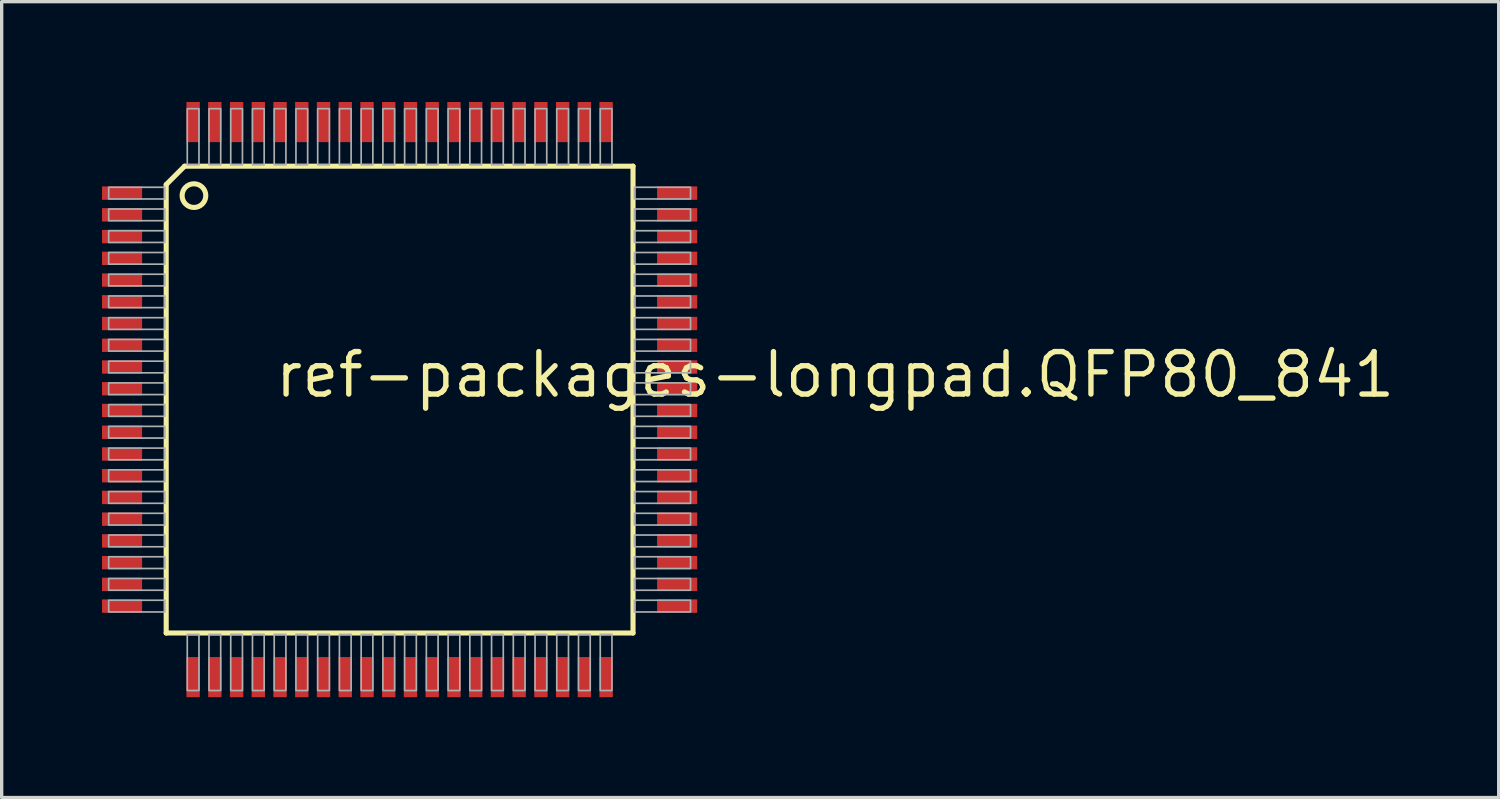
<source format=kicad_pcb>
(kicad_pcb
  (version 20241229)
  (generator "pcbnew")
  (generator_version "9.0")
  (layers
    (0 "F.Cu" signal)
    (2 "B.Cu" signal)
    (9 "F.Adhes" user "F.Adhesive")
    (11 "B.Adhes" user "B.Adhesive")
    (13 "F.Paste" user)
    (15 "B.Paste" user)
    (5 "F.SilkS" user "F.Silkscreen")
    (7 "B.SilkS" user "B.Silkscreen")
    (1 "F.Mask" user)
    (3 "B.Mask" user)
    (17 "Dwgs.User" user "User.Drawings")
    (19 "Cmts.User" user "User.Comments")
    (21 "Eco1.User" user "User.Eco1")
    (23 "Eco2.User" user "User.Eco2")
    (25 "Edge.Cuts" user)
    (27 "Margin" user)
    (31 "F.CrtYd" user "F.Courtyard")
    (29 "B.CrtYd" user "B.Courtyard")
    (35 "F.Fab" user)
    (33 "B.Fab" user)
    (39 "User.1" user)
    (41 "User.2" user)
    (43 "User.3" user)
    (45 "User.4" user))
  (footprint "ref-packages-longpad.QFP80_841"
    (layer "F.Cu")
    (at 8.9 8.9)
    (property "Reference" "ref-packages-longpad.QFP80_841" (at -3.803 -0.003 0) (layer "F.SilkS") (effects (font (size 1.27 1.27) (thickness 0.16)) (justify left bottom)))
    (attr smd)
    (fp_line (start -6.98 -6.43) (end -6.43 -6.98) (stroke (width 0.152) (type default)) (layer "F.SilkS"))
    (fp_line (start -6.98 6.98) (end -6.98 -6.43) (stroke (width 0.152) (type default)) (layer "F.SilkS"))
    (fp_line (start -6.43 -6.98) (end 6.98 -6.98) (stroke (width 0.152) (type default)) (layer "F.SilkS"))
    (fp_line (start 6.98 -6.98) (end 6.98 6.98) (stroke (width 0.152) (type default)) (layer "F.SilkS"))
    (fp_line (start 6.98 6.98) (end -6.98 6.98) (stroke (width 0.152) (type default)) (layer "F.SilkS"))
    (fp_circle (center -6.15 -6.1) (end -5.796 -6.1) (stroke (width 0.152) (type default)) (fill no) (layer "F.SilkS"))
    (fp_rect (start -8.7 -6) (end -7.02 -6.35) (stroke (width 0.05) (type default)) (fill no) (layer "F.Fab"))
    (fp_rect (start -8.7 -5.35) (end -7.02 -5.7) (stroke (width 0.05) (type default)) (fill no) (layer "F.Fab"))
    (fp_rect (start -8.7 -4.7) (end -7.02 -5.05) (stroke (width 0.05) (type default)) (fill no) (layer "F.Fab"))
    (fp_rect (start -8.7 -4.05) (end -7.02 -4.4) (stroke (width 0.05) (type default)) (fill no) (layer "F.Fab"))
    (fp_rect (start -8.7 -3.4) (end -7.02 -3.75) (stroke (width 0.05) (type default)) (fill no) (layer "F.Fab"))
    (fp_rect (start -8.7 -2.75) (end -7.02 -3.1) (stroke (width 0.05) (type default)) (fill no) (layer "F.Fab"))
    (fp_rect (start -8.7 -2.1) (end -7.02 -2.45) (stroke (width 0.05) (type default)) (fill no) (layer "F.Fab"))
    (fp_rect (start -8.7 -1.45) (end -7.02 -1.8) (stroke (width 0.05) (type default)) (fill no) (layer "F.Fab"))
    (fp_rect (start -8.7 -0.8) (end -7.02 -1.15) (stroke (width 0.05) (type default)) (fill no) (layer "F.Fab"))
    (fp_rect (start -8.7 -0.15) (end -7.02 -0.5) (stroke (width 0.05) (type default)) (fill no) (layer "F.Fab"))
    (fp_rect (start -8.7 0.5) (end -7.02 0.15) (stroke (width 0.05) (type default)) (fill no) (layer "F.Fab"))
    (fp_rect (start -8.7 1.15) (end -7.02 0.8) (stroke (width 0.05) (type default)) (fill no) (layer "F.Fab"))
    (fp_rect (start -8.7 1.8) (end -7.02 1.45) (stroke (width 0.05) (type default)) (fill no) (layer "F.Fab"))
    (fp_rect (start -8.7 2.45) (end -7.02 2.1) (stroke (width 0.05) (type default)) (fill no) (layer "F.Fab"))
    (fp_rect (start -8.7 3.1) (end -7.02 2.75) (stroke (width 0.05) (type default)) (fill no) (layer "F.Fab"))
    (fp_rect (start -8.7 3.75) (end -7.02 3.4) (stroke (width 0.05) (type default)) (fill no) (layer "F.Fab"))
    (fp_rect (start -8.7 4.4) (end -7.02 4.05) (stroke (width 0.05) (type default)) (fill no) (layer "F.Fab"))
    (fp_rect (start -8.7 5.05) (end -7.02 4.7) (stroke (width 0.05) (type default)) (fill no) (layer "F.Fab"))
    (fp_rect (start -8.7 5.7) (end -7.02 5.35) (stroke (width 0.05) (type default)) (fill no) (layer "F.Fab"))
    (fp_rect (start -8.7 6.35) (end -7.02 6) (stroke (width 0.05) (type default)) (fill no) (layer "F.Fab"))
    (fp_rect (start -6.35 -7.02) (end -6 -8.7) (stroke (width 0.05) (type default)) (fill no) (layer "F.Fab"))
    (fp_rect (start -6.35 8.7) (end -6 7.02) (stroke (width 0.05) (type default)) (fill no) (layer "F.Fab"))
    (fp_rect (start -5.7 -7.02) (end -5.35 -8.7) (stroke (width 0.05) (type default)) (fill no) (layer "F.Fab"))
    (fp_rect (start -5.7 8.7) (end -5.35 7.02) (stroke (width 0.05) (type default)) (fill no) (layer "F.Fab"))
    (fp_rect (start -5.05 -7.02) (end -4.7 -8.7) (stroke (width 0.05) (type default)) (fill no) (layer "F.Fab"))
    (fp_rect (start -5.05 8.7) (end -4.7 7.02) (stroke (width 0.05) (type default)) (fill no) (layer "F.Fab"))
    (fp_rect (start -4.4 -7.02) (end -4.05 -8.7) (stroke (width 0.05) (type default)) (fill no) (layer "F.Fab"))
    (fp_rect (start -4.4 8.7) (end -4.05 7.02) (stroke (width 0.05) (type default)) (fill no) (layer "F.Fab"))
    (fp_rect (start -3.75 -7.02) (end -3.4 -8.7) (stroke (width 0.05) (type default)) (fill no) (layer "F.Fab"))
    (fp_rect (start -3.75 8.7) (end -3.4 7.02) (stroke (width 0.05) (type default)) (fill no) (layer "F.Fab"))
    (fp_rect (start -3.1 -7.02) (end -2.75 -8.7) (stroke (width 0.05) (type default)) (fill no) (layer "F.Fab"))
    (fp_rect (start -3.1 8.7) (end -2.75 7.02) (stroke (width 0.05) (type default)) (fill no) (layer "F.Fab"))
    (fp_rect (start -2.45 -7.02) (end -2.1 -8.7) (stroke (width 0.05) (type default)) (fill no) (layer "F.Fab"))
    (fp_rect (start -2.45 8.7) (end -2.1 7.02) (stroke (width 0.05) (type default)) (fill no) (layer "F.Fab"))
    (fp_rect (start -1.8 -7.02) (end -1.45 -8.7) (stroke (width 0.05) (type default)) (fill no) (layer "F.Fab"))
    (fp_rect (start -1.8 8.7) (end -1.45 7.02) (stroke (width 0.05) (type default)) (fill no) (layer "F.Fab"))
    (fp_rect (start -1.15 -7.02) (end -0.8 -8.7) (stroke (width 0.05) (type default)) (fill no) (layer "F.Fab"))
    (fp_rect (start -1.15 8.7) (end -0.8 7.02) (stroke (width 0.05) (type default)) (fill no) (layer "F.Fab"))
    (fp_rect (start -0.5 -7.02) (end -0.15 -8.7) (stroke (width 0.05) (type default)) (fill no) (layer "F.Fab"))
    (fp_rect (start -0.5 8.7) (end -0.15 7.02) (stroke (width 0.05) (type default)) (fill no) (layer "F.Fab"))
    (fp_rect (start 0.15 -7.02) (end 0.5 -8.7) (stroke (width 0.05) (type default)) (fill no) (layer "F.Fab"))
    (fp_rect (start 0.15 8.7) (end 0.5 7.02) (stroke (width 0.05) (type default)) (fill no) (layer "F.Fab"))
    (fp_rect (start 0.8 -7.02) (end 1.15 -8.7) (stroke (width 0.05) (type default)) (fill no) (layer "F.Fab"))
    (fp_rect (start 0.8 8.7) (end 1.15 7.02) (stroke (width 0.05) (type default)) (fill no) (layer "F.Fab"))
    (fp_rect (start 1.45 -7.02) (end 1.8 -8.7) (stroke (width 0.05) (type default)) (fill no) (layer "F.Fab"))
    (fp_rect (start 1.45 8.7) (end 1.8 7.02) (stroke (width 0.05) (type default)) (fill no) (layer "F.Fab"))
    (fp_rect (start 2.1 -7.02) (end 2.45 -8.7) (stroke (width 0.05) (type default)) (fill no) (layer "F.Fab"))
    (fp_rect (start 2.1 8.7) (end 2.45 7.02) (stroke (width 0.05) (type default)) (fill no) (layer "F.Fab"))
    (fp_rect (start 2.75 -7.02) (end 3.1 -8.7) (stroke (width 0.05) (type default)) (fill no) (layer "F.Fab"))
    (fp_rect (start 2.75 8.7) (end 3.1 7.02) (stroke (width 0.05) (type default)) (fill no) (layer "F.Fab"))
    (fp_rect (start 3.4 -7.02) (end 3.75 -8.7) (stroke (width 0.05) (type default)) (fill no) (layer "F.Fab"))
    (fp_rect (start 3.4 8.7) (end 3.75 7.02) (stroke (width 0.05) (type default)) (fill no) (layer "F.Fab"))
    (fp_rect (start 4.05 -7.02) (end 4.4 -8.7) (stroke (width 0.05) (type default)) (fill no) (layer "F.Fab"))
    (fp_rect (start 4.05 8.7) (end 4.4 7.02) (stroke (width 0.05) (type default)) (fill no) (layer "F.Fab"))
    (fp_rect (start 4.7 -7.02) (end 5.05 -8.7) (stroke (width 0.05) (type default)) (fill no) (layer "F.Fab"))
    (fp_rect (start 4.7 8.7) (end 5.05 7.02) (stroke (width 0.05) (type default)) (fill no) (layer "F.Fab"))
    (fp_rect (start 5.35 -7.02) (end 5.7 -8.7) (stroke (width 0.05) (type default)) (fill no) (layer "F.Fab"))
    (fp_rect (start 5.35 8.7) (end 5.7 7.02) (stroke (width 0.05) (type default)) (fill no) (layer "F.Fab"))
    (fp_rect (start 6 -7.02) (end 6.35 -8.7) (stroke (width 0.05) (type default)) (fill no) (layer "F.Fab"))
    (fp_rect (start 6 8.7) (end 6.35 7.02) (stroke (width 0.05) (type default)) (fill no) (layer "F.Fab"))
    (fp_rect (start 7.02 -6) (end 8.7 -6.35) (stroke (width 0.05) (type default)) (fill no) (layer "F.Fab"))
    (fp_rect (start 7.02 -5.35) (end 8.7 -5.7) (stroke (width 0.05) (type default)) (fill no) (layer "F.Fab"))
    (fp_rect (start 7.02 -4.7) (end 8.7 -5.05) (stroke (width 0.05) (type default)) (fill no) (layer "F.Fab"))
    (fp_rect (start 7.02 -4.05) (end 8.7 -4.4) (stroke (width 0.05) (type default)) (fill no) (layer "F.Fab"))
    (fp_rect (start 7.02 -3.4) (end 8.7 -3.75) (stroke (width 0.05) (type default)) (fill no) (layer "F.Fab"))
    (fp_rect (start 7.02 -2.75) (end 8.7 -3.1) (stroke (width 0.05) (type default)) (fill no) (layer "F.Fab"))
    (fp_rect (start 7.02 -2.1) (end 8.7 -2.45) (stroke (width 0.05) (type default)) (fill no) (layer "F.Fab"))
    (fp_rect (start 7.02 -1.45) (end 8.7 -1.8) (stroke (width 0.05) (type default)) (fill no) (layer "F.Fab"))
    (fp_rect (start 7.02 -0.8) (end 8.7 -1.15) (stroke (width 0.05) (type default)) (fill no) (layer "F.Fab"))
    (fp_rect (start 7.02 -0.15) (end 8.7 -0.5) (stroke (width 0.05) (type default)) (fill no) (layer "F.Fab"))
    (fp_rect (start 7.02 0.5) (end 8.7 0.15) (stroke (width 0.05) (type default)) (fill no) (layer "F.Fab"))
    (fp_rect (start 7.02 1.15) (end 8.7 0.8) (stroke (width 0.05) (type default)) (fill no) (layer "F.Fab"))
    (fp_rect (start 7.02 1.8) (end 8.7 1.45) (stroke (width 0.05) (type default)) (fill no) (layer "F.Fab"))
    (fp_rect (start 7.02 2.45) (end 8.7 2.1) (stroke (width 0.05) (type default)) (fill no) (layer "F.Fab"))
    (fp_rect (start 7.02 3.1) (end 8.7 2.75) (stroke (width 0.05) (type default)) (fill no) (layer "F.Fab"))
    (fp_rect (start 7.02 3.75) (end 8.7 3.4) (stroke (width 0.05) (type default)) (fill no) (layer "F.Fab"))
    (fp_rect (start 7.02 4.4) (end 8.7 4.05) (stroke (width 0.05) (type default)) (fill no) (layer "F.Fab"))
    (fp_rect (start 7.02 5.05) (end 8.7 4.7) (stroke (width 0.05) (type default)) (fill no) (layer "F.Fab"))
    (fp_rect (start 7.02 5.7) (end 8.7 5.35) (stroke (width 0.05) (type default)) (fill no) (layer "F.Fab"))
    (fp_rect (start 7.02 6.35) (end 8.7 6) (stroke (width 0.05) (type default)) (fill no) (layer "F.Fab"))
    (pad "1" smd roundrect (at -8.3 -6.175) (size 1.2 0.4) (layers "F.Cu" "F.Mask" "F.Paste") (roundrect_rratio 0.01))
    (pad "2" smd roundrect (at -8.3 -5.525) (size 1.2 0.4) (layers "F.Cu" "F.Mask" "F.Paste") (roundrect_rratio 0.01))
    (pad "3" smd roundrect (at -8.3 -4.875) (size 1.2 0.4) (layers "F.Cu" "F.Mask" "F.Paste") (roundrect_rratio 0.01))
    (pad "4" smd roundrect (at -8.3 -4.225) (size 1.2 0.4) (layers "F.Cu" "F.Mask" "F.Paste") (roundrect_rratio 0.01))
    (pad "5" smd roundrect (at -8.3 -3.575) (size 1.2 0.4) (layers "F.Cu" "F.Mask" "F.Paste") (roundrect_rratio 0.01))
    (pad "6" smd roundrect (at -8.3 -2.925) (size 1.2 0.4) (layers "F.Cu" "F.Mask" "F.Paste") (roundrect_rratio 0.01))
    (pad "7" smd roundrect (at -8.3 -2.275) (size 1.2 0.4) (layers "F.Cu" "F.Mask" "F.Paste") (roundrect_rratio 0.01))
    (pad "8" smd roundrect (at -8.3 -1.625) (size 1.2 0.4) (layers "F.Cu" "F.Mask" "F.Paste") (roundrect_rratio 0.01))
    (pad "9" smd roundrect (at -8.3 -0.975) (size 1.2 0.4) (layers "F.Cu" "F.Mask" "F.Paste") (roundrect_rratio 0.01))
    (pad "10" smd roundrect (at -8.3 -0.325) (size 1.2 0.4) (layers "F.Cu" "F.Mask" "F.Paste") (roundrect_rratio 0.01))
    (pad "11" smd roundrect (at -8.3 0.325) (size 1.2 0.4) (layers "F.Cu" "F.Mask" "F.Paste") (roundrect_rratio 0.01))
    (pad "12" smd roundrect (at -8.3 0.975) (size 1.2 0.4) (layers "F.Cu" "F.Mask" "F.Paste") (roundrect_rratio 0.01))
    (pad "13" smd roundrect (at -8.3 1.625) (size 1.2 0.4) (layers "F.Cu" "F.Mask" "F.Paste") (roundrect_rratio 0.01))
    (pad "14" smd roundrect (at -8.3 2.275) (size 1.2 0.4) (layers "F.Cu" "F.Mask" "F.Paste") (roundrect_rratio 0.01))
    (pad "15" smd roundrect (at -8.3 2.925) (size 1.2 0.4) (layers "F.Cu" "F.Mask" "F.Paste") (roundrect_rratio 0.01))
    (pad "16" smd roundrect (at -8.3 3.575) (size 1.2 0.4) (layers "F.Cu" "F.Mask" "F.Paste") (roundrect_rratio 0.01))
    (pad "17" smd roundrect (at -8.3 4.225) (size 1.2 0.4) (layers "F.Cu" "F.Mask" "F.Paste") (roundrect_rratio 0.01))
    (pad "18" smd roundrect (at -8.3 4.875) (size 1.2 0.4) (layers "F.Cu" "F.Mask" "F.Paste") (roundrect_rratio 0.01))
    (pad "19" smd roundrect (at -8.3 5.525) (size 1.2 0.4) (layers "F.Cu" "F.Mask" "F.Paste") (roundrect_rratio 0.01))
    (pad "20" smd roundrect (at -8.3 6.175) (size 1.2 0.4) (layers "F.Cu" "F.Mask" "F.Paste") (roundrect_rratio 0.01))
    (pad "21" smd roundrect (at -6.175 8.3) (size 0.4 1.2) (layers "F.Cu" "F.Mask" "F.Paste") (roundrect_rratio 0.01))
    (pad "22" smd roundrect (at -5.525 8.3) (size 0.4 1.2) (layers "F.Cu" "F.Mask" "F.Paste") (roundrect_rratio 0.01))
    (pad "23" smd roundrect (at -4.875 8.3) (size 0.4 1.2) (layers "F.Cu" "F.Mask" "F.Paste") (roundrect_rratio 0.01))
    (pad "24" smd roundrect (at -4.225 8.3) (size 0.4 1.2) (layers "F.Cu" "F.Mask" "F.Paste") (roundrect_rratio 0.01))
    (pad "25" smd roundrect (at -3.575 8.3) (size 0.4 1.2) (layers "F.Cu" "F.Mask" "F.Paste") (roundrect_rratio 0.01))
    (pad "26" smd roundrect (at -2.925 8.3) (size 0.4 1.2) (layers "F.Cu" "F.Mask" "F.Paste") (roundrect_rratio 0.01))
    (pad "27" smd roundrect (at -2.275 8.3) (size 0.4 1.2) (layers "F.Cu" "F.Mask" "F.Paste") (roundrect_rratio 0.01))
    (pad "28" smd roundrect (at -1.625 8.3) (size 0.4 1.2) (layers "F.Cu" "F.Mask" "F.Paste") (roundrect_rratio 0.01))
    (pad "29" smd roundrect (at -0.975 8.3) (size 0.4 1.2) (layers "F.Cu" "F.Mask" "F.Paste") (roundrect_rratio 0.01))
    (pad "30" smd roundrect (at -0.325 8.3) (size 0.4 1.2) (layers "F.Cu" "F.Mask" "F.Paste") (roundrect_rratio 0.01))
    (pad "31" smd roundrect (at 0.325 8.3) (size 0.4 1.2) (layers "F.Cu" "F.Mask" "F.Paste") (roundrect_rratio 0.01))
    (pad "32" smd roundrect (at 0.975 8.3) (size 0.4 1.2) (layers "F.Cu" "F.Mask" "F.Paste") (roundrect_rratio 0.01))
    (pad "33" smd roundrect (at 1.625 8.3) (size 0.4 1.2) (layers "F.Cu" "F.Mask" "F.Paste") (roundrect_rratio 0.01))
    (pad "34" smd roundrect (at 2.275 8.3) (size 0.4 1.2) (layers "F.Cu" "F.Mask" "F.Paste") (roundrect_rratio 0.01))
    (pad "35" smd roundrect (at 2.925 8.3) (size 0.4 1.2) (layers "F.Cu" "F.Mask" "F.Paste") (roundrect_rratio 0.01))
    (pad "36" smd roundrect (at 3.575 8.3) (size 0.4 1.2) (layers "F.Cu" "F.Mask" "F.Paste") (roundrect_rratio 0.01))
    (pad "37" smd roundrect (at 4.225 8.3) (size 0.4 1.2) (layers "F.Cu" "F.Mask" "F.Paste") (roundrect_rratio 0.01))
    (pad "38" smd roundrect (at 4.875 8.3) (size 0.4 1.2) (layers "F.Cu" "F.Mask" "F.Paste") (roundrect_rratio 0.01))
    (pad "39" smd roundrect (at 5.525 8.3) (size 0.4 1.2) (layers "F.Cu" "F.Mask" "F.Paste") (roundrect_rratio 0.01))
    (pad "40" smd roundrect (at 6.175 8.3) (size 0.4 1.2) (layers "F.Cu" "F.Mask" "F.Paste") (roundrect_rratio 0.01))
    (pad "41" smd roundrect (at 8.3 6.175) (size 1.2 0.4) (layers "F.Cu" "F.Mask" "F.Paste") (roundrect_rratio 0.01))
    (pad "42" smd roundrect (at 8.3 5.525) (size 1.2 0.4) (layers "F.Cu" "F.Mask" "F.Paste") (roundrect_rratio 0.01))
    (pad "43" smd roundrect (at 8.3 4.875) (size 1.2 0.4) (layers "F.Cu" "F.Mask" "F.Paste") (roundrect_rratio 0.01))
    (pad "44" smd roundrect (at 8.3 4.225) (size 1.2 0.4) (layers "F.Cu" "F.Mask" "F.Paste") (roundrect_rratio 0.01))
    (pad "45" smd roundrect (at 8.3 3.575) (size 1.2 0.4) (layers "F.Cu" "F.Mask" "F.Paste") (roundrect_rratio 0.01))
    (pad "46" smd roundrect (at 8.3 2.925) (size 1.2 0.4) (layers "F.Cu" "F.Mask" "F.Paste") (roundrect_rratio 0.01))
    (pad "47" smd roundrect (at 8.3 2.275) (size 1.2 0.4) (layers "F.Cu" "F.Mask" "F.Paste") (roundrect_rratio 0.01))
    (pad "48" smd roundrect (at 8.3 1.625) (size 1.2 0.4) (layers "F.Cu" "F.Mask" "F.Paste") (roundrect_rratio 0.01))
    (pad "49" smd roundrect (at 8.3 0.975) (size 1.2 0.4) (layers "F.Cu" "F.Mask" "F.Paste") (roundrect_rratio 0.01))
    (pad "50" smd roundrect (at 8.3 0.325) (size 1.2 0.4) (layers "F.Cu" "F.Mask" "F.Paste") (roundrect_rratio 0.01))
    (pad "51" smd roundrect (at 8.3 -0.325) (size 1.2 0.4) (layers "F.Cu" "F.Mask" "F.Paste") (roundrect_rratio 0.01))
    (pad "52" smd roundrect (at 8.3 -0.975) (size 1.2 0.4) (layers "F.Cu" "F.Mask" "F.Paste") (roundrect_rratio 0.01))
    (pad "53" smd roundrect (at 8.3 -1.625) (size 1.2 0.4) (layers "F.Cu" "F.Mask" "F.Paste") (roundrect_rratio 0.01))
    (pad "54" smd roundrect (at 8.3 -2.275) (size 1.2 0.4) (layers "F.Cu" "F.Mask" "F.Paste") (roundrect_rratio 0.01))
    (pad "55" smd roundrect (at 8.3 -2.925) (size 1.2 0.4) (layers "F.Cu" "F.Mask" "F.Paste") (roundrect_rratio 0.01))
    (pad "56" smd roundrect (at 8.3 -3.575) (size 1.2 0.4) (layers "F.Cu" "F.Mask" "F.Paste") (roundrect_rratio 0.01))
    (pad "57" smd roundrect (at 8.3 -4.225) (size 1.2 0.4) (layers "F.Cu" "F.Mask" "F.Paste") (roundrect_rratio 0.01))
    (pad "58" smd roundrect (at 8.3 -4.875) (size 1.2 0.4) (layers "F.Cu" "F.Mask" "F.Paste") (roundrect_rratio 0.01))
    (pad "59" smd roundrect (at 8.3 -5.525) (size 1.2 0.4) (layers "F.Cu" "F.Mask" "F.Paste") (roundrect_rratio 0.01))
    (pad "60" smd roundrect (at 8.3 -6.175) (size 1.2 0.4) (layers "F.Cu" "F.Mask" "F.Paste") (roundrect_rratio 0.01))
    (pad "61" smd roundrect (at 6.175 -8.3) (size 0.4 1.2) (layers "F.Cu" "F.Mask" "F.Paste") (roundrect_rratio 0.01))
    (pad "62" smd roundrect (at 5.525 -8.3) (size 0.4 1.2) (layers "F.Cu" "F.Mask" "F.Paste") (roundrect_rratio 0.01))
    (pad "63" smd roundrect (at 4.875 -8.3) (size 0.4 1.2) (layers "F.Cu" "F.Mask" "F.Paste") (roundrect_rratio 0.01))
    (pad "64" smd roundrect (at 4.225 -8.3) (size 0.4 1.2) (layers "F.Cu" "F.Mask" "F.Paste") (roundrect_rratio 0.01))
    (pad "65" smd roundrect (at 3.575 -8.3) (size 0.4 1.2) (layers "F.Cu" "F.Mask" "F.Paste") (roundrect_rratio 0.01))
    (pad "66" smd roundrect (at 2.925 -8.3) (size 0.4 1.2) (layers "F.Cu" "F.Mask" "F.Paste") (roundrect_rratio 0.01))
    (pad "67" smd roundrect (at 2.275 -8.3) (size 0.4 1.2) (layers "F.Cu" "F.Mask" "F.Paste") (roundrect_rratio 0.01))
    (pad "68" smd roundrect (at 1.625 -8.3) (size 0.4 1.2) (layers "F.Cu" "F.Mask" "F.Paste") (roundrect_rratio 0.01))
    (pad "69" smd roundrect (at 0.975 -8.3) (size 0.4 1.2) (layers "F.Cu" "F.Mask" "F.Paste") (roundrect_rratio 0.01))
    (pad "70" smd roundrect (at 0.325 -8.3) (size 0.4 1.2) (layers "F.Cu" "F.Mask" "F.Paste") (roundrect_rratio 0.01))
    (pad "71" smd roundrect (at -0.325 -8.3) (size 0.4 1.2) (layers "F.Cu" "F.Mask" "F.Paste") (roundrect_rratio 0.01))
    (pad "72" smd roundrect (at -0.975 -8.3) (size 0.4 1.2) (layers "F.Cu" "F.Mask" "F.Paste") (roundrect_rratio 0.01))
    (pad "73" smd roundrect (at -1.625 -8.3) (size 0.4 1.2) (layers "F.Cu" "F.Mask" "F.Paste") (roundrect_rratio 0.01))
    (pad "74" smd roundrect (at -2.275 -8.3) (size 0.4 1.2) (layers "F.Cu" "F.Mask" "F.Paste") (roundrect_rratio 0.01))
    (pad "75" smd roundrect (at -2.925 -8.3) (size 0.4 1.2) (layers "F.Cu" "F.Mask" "F.Paste") (roundrect_rratio 0.01))
    (pad "76" smd roundrect (at -3.575 -8.3) (size 0.4 1.2) (layers "F.Cu" "F.Mask" "F.Paste") (roundrect_rratio 0.01))
    (pad "77" smd roundrect (at -4.225 -8.3) (size 0.4 1.2) (layers "F.Cu" "F.Mask" "F.Paste") (roundrect_rratio 0.01))
    (pad "78" smd roundrect (at -4.875 -8.3) (size 0.4 1.2) (layers "F.Cu" "F.Mask" "F.Paste") (roundrect_rratio 0.01))
    (pad "79" smd roundrect (at -5.525 -8.3) (size 0.4 1.2) (layers "F.Cu" "F.Mask" "F.Paste") (roundrect_rratio 0.01))
    (pad "80" smd roundrect (at -6.175 -8.3) (size 0.4 1.2) (layers "F.Cu" "F.Mask" "F.Paste") (roundrect_rratio 0.01)))
  (gr_rect
    (start -3 -3)
    (end 41.767 20.8)
    (stroke (width 0.1) (type default))
    (fill no)
    (layer "Edge.Cuts")))
</source>
